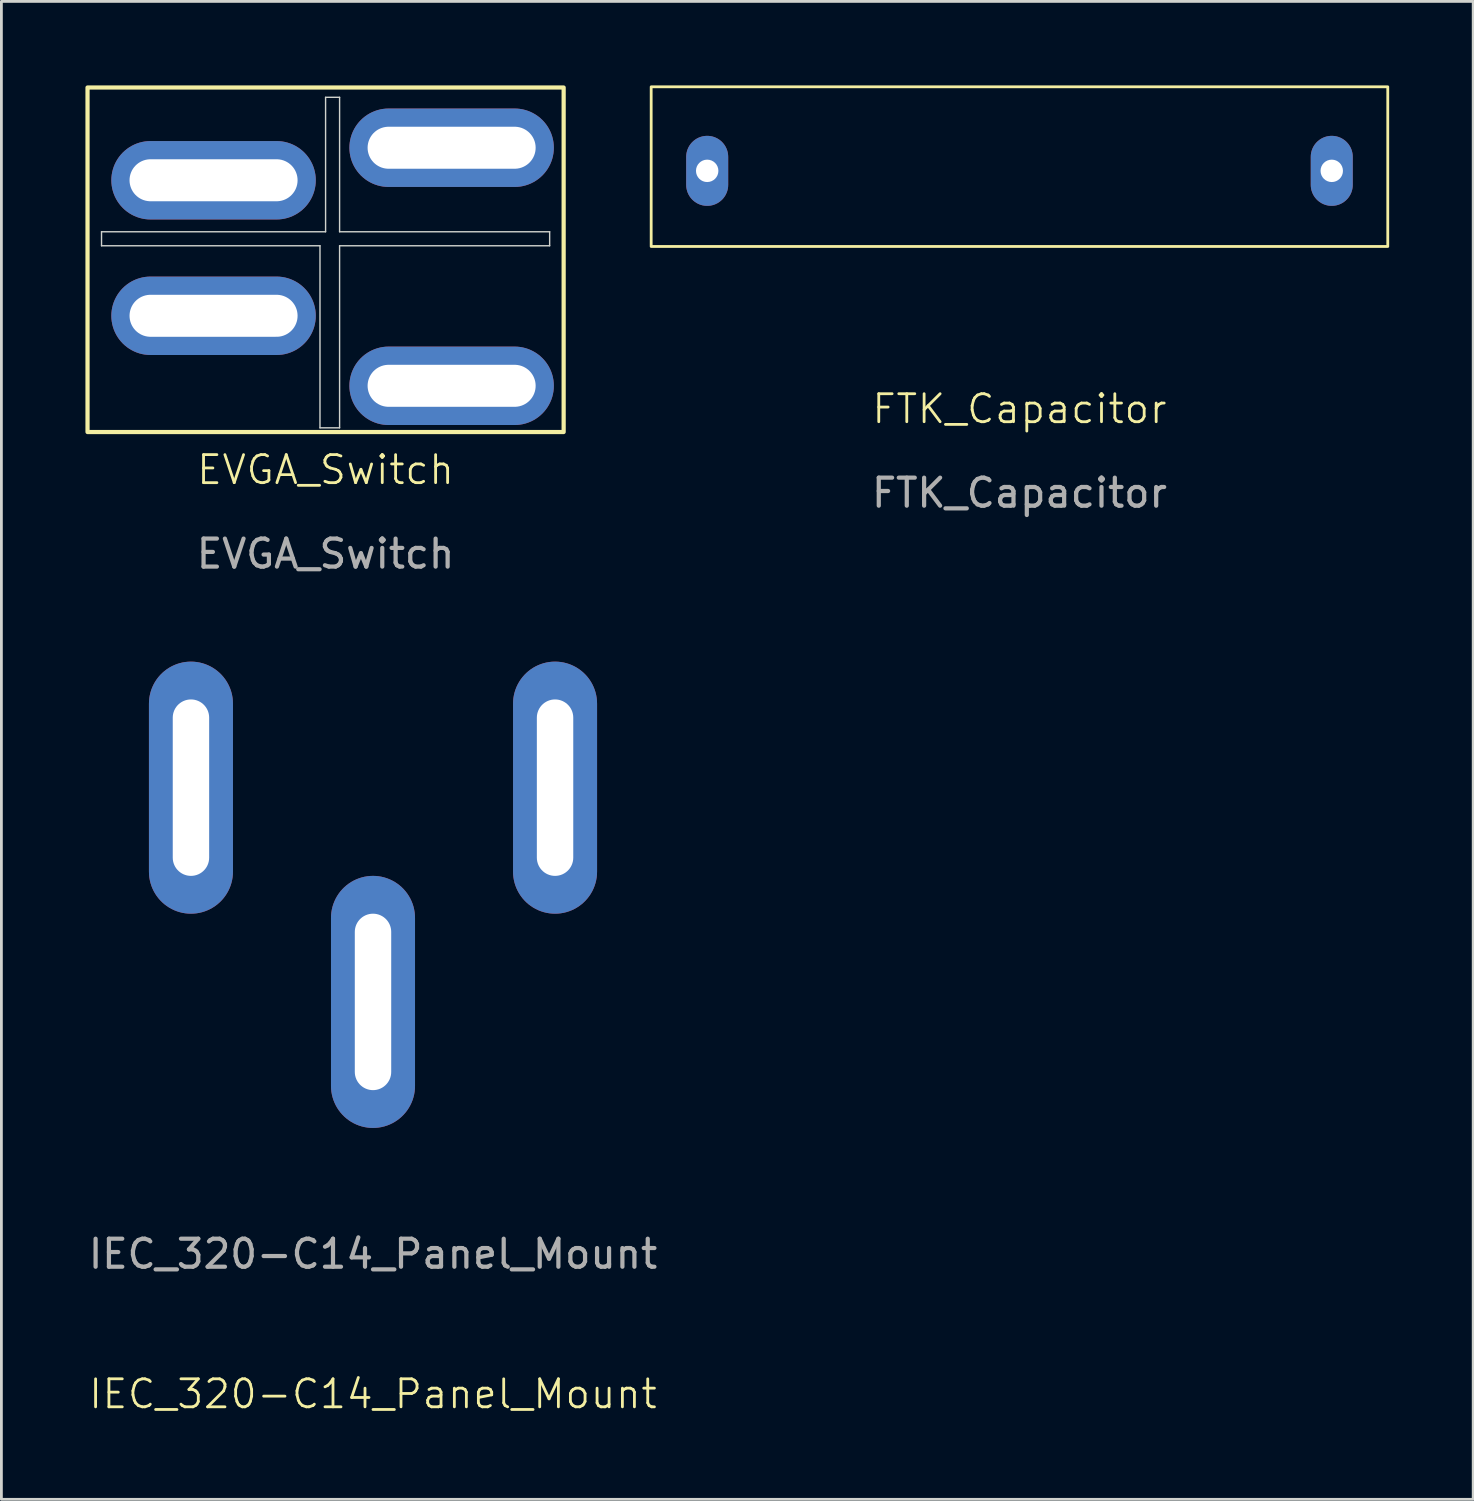
<source format=kicad_pcb>
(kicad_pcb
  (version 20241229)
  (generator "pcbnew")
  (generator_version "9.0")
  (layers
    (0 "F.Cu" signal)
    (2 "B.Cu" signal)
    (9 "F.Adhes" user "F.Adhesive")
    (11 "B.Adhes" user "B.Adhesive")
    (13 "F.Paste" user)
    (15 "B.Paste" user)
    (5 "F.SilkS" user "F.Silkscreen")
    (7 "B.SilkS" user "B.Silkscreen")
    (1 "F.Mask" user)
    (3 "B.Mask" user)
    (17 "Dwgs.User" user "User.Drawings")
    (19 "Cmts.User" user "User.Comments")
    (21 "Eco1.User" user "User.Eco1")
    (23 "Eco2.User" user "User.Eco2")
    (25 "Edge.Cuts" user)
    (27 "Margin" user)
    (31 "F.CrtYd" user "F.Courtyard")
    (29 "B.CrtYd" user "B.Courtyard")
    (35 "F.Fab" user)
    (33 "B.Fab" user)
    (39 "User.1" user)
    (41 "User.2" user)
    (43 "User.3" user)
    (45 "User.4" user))
  (footprint "IEC_320-C14_Panel_Mount"
    (layer "F.Cu")
    (at 10.268 28.223)
    (property "Reference" "IEC_320-C14_Panel_Mount" (at 0 18.5 0) (unlocked yes) (layer "F.SilkS") (effects (font (size 1 1) (thickness 0.1))))
    (attr through_hole)
    (fp_text user "${REFERENCE}" (at 0 13.5 0) (unlocked yes) (layer "F.Fab") (effects (font (size 1 1) (thickness 0.15))))
    (pad "0" thru_hole oval (at 0 4.5) (size 3 9) (drill oval 1.3 6.3) (layers "*.Cu" "*.Mask"))
    (pad "1" thru_hole oval (at -6.5 -3.15) (size 3 9) (drill oval 1.3 6.3) (layers "*.Cu" "*.Mask"))
    (pad "2" thru_hole oval (at 6.5 -3.15) (size 3 9) (drill oval 1.3 6.3) (layers "*.Cu" "*.Mask")))
  (footprint "FTK_Capacitor"
    (layer "F.Cu")
    (at 33.35 3.05)
    (property "Reference" "FTK_Capacitor" (at 0 8.5 0) (unlocked yes) (layer "F.SilkS") (effects (font (size 1 1) (thickness 0.1))))
    (attr through_hole)
    (fp_rect (start -13.15 -3) (end 13.15 2.7) (stroke (width 0.1) (type default)) (fill no) (layer "F.SilkS"))
    (fp_text user "${REFERENCE}" (at 0 11.5 0) (unlocked yes) (layer "F.Fab") (effects (font (size 1 1) (thickness 0.15))))
    (pad "1" thru_hole oval (at -11.15 0) (size 1.5 2.5) (drill 0.8) (layers "*.Cu" "*.Mask"))
    (pad "1" thru_hole oval (at 11.15 0) (size 1.5 2.5) (drill 0.8) (layers "*.Cu" "*.Mask")))
  (footprint "EVGA_Switch"
    (layer "F.Cu")
    (at 8.575 6.225)
    (property "Reference" "EVGA_Switch" (at 0 7.5 0) (unlocked yes) (layer "F.SilkS") (effects (font (size 1 1) (thickness 0.1))))
    (attr through_hole)
    (fp_rect (start -8.5 -6.15) (end 8.5 6.15) (stroke (width 0.15) (type solid)) (fill no) (layer "F.SilkS"))
    (fp_line (start -8 -1) (end 0 -1) (stroke (width 0.05) (type default)) (layer "Edge.Cuts"))
    (fp_line (start -8 -0.5) (end -8 -1) (stroke (width 0.05) (type default)) (layer "Edge.Cuts"))
    (fp_line (start -0.2 -0.5) (end -8 -0.5) (stroke (width 0.05) (type default)) (layer "Edge.Cuts"))
    (fp_line (start -0.2 6) (end -0.2 -0.5) (stroke (width 0.05) (type default)) (layer "Edge.Cuts"))
    (fp_line (start 0 -5.8) (end 0.5 -5.8) (stroke (width 0.05) (type default)) (layer "Edge.Cuts"))
    (fp_line (start 0 -1) (end 0 -5.8) (stroke (width 0.05) (type default)) (layer "Edge.Cuts"))
    (fp_line (start 0.5 -5.8) (end 0.5 -1) (stroke (width 0.05) (type default)) (layer "Edge.Cuts"))
    (fp_line (start 0.5 -1) (end 8 -1) (stroke (width 0.05) (type default)) (layer "Edge.Cuts"))
    (fp_line (start 0.5 -0.5) (end 0.5 6) (stroke (width 0.05) (type default)) (layer "Edge.Cuts"))
    (fp_line (start 0.5 6) (end -0.2 6) (stroke (width 0.05) (type default)) (layer "Edge.Cuts"))
    (fp_line (start 8 -1) (end 8 -0.5) (stroke (width 0.05) (type default)) (layer "Edge.Cuts"))
    (fp_line (start 8 -0.5) (end 0.5 -0.5) (stroke (width 0.05) (type default)) (layer "Edge.Cuts"))
    (fp_text user "${REFERENCE}" (at 0 10.5 0) (unlocked yes) (layer "F.Fab") (effects (font (size 1 1) (thickness 0.15))))
    (pad "1" thru_hole oval (at -4 -2.839) (size 7.3 2.8) (drill oval 6 1.5) (layers "*.Cu" "*.Mask"))
    (pad "1" thru_hole oval (at -4 2) (size 7.3 2.8) (drill oval 6 1.5) (layers "*.Cu" "*.Mask"))
    (pad "1" thru_hole oval (at 4.5 -4) (size 7.3 2.8) (drill oval 6 1.5) (layers "*.Cu" "*.Mask"))
    (pad "1" thru_hole oval (at 4.5 4.5) (size 7.3 2.8) (drill oval 6 1.5) (layers "*.Cu" "*.Mask")))
  (gr_rect
    (start -3 -3)
    (end 49.55 50.484)
    (stroke (width 0.1) (type default))
    (fill no)
    (layer "Edge.Cuts")))
</source>
